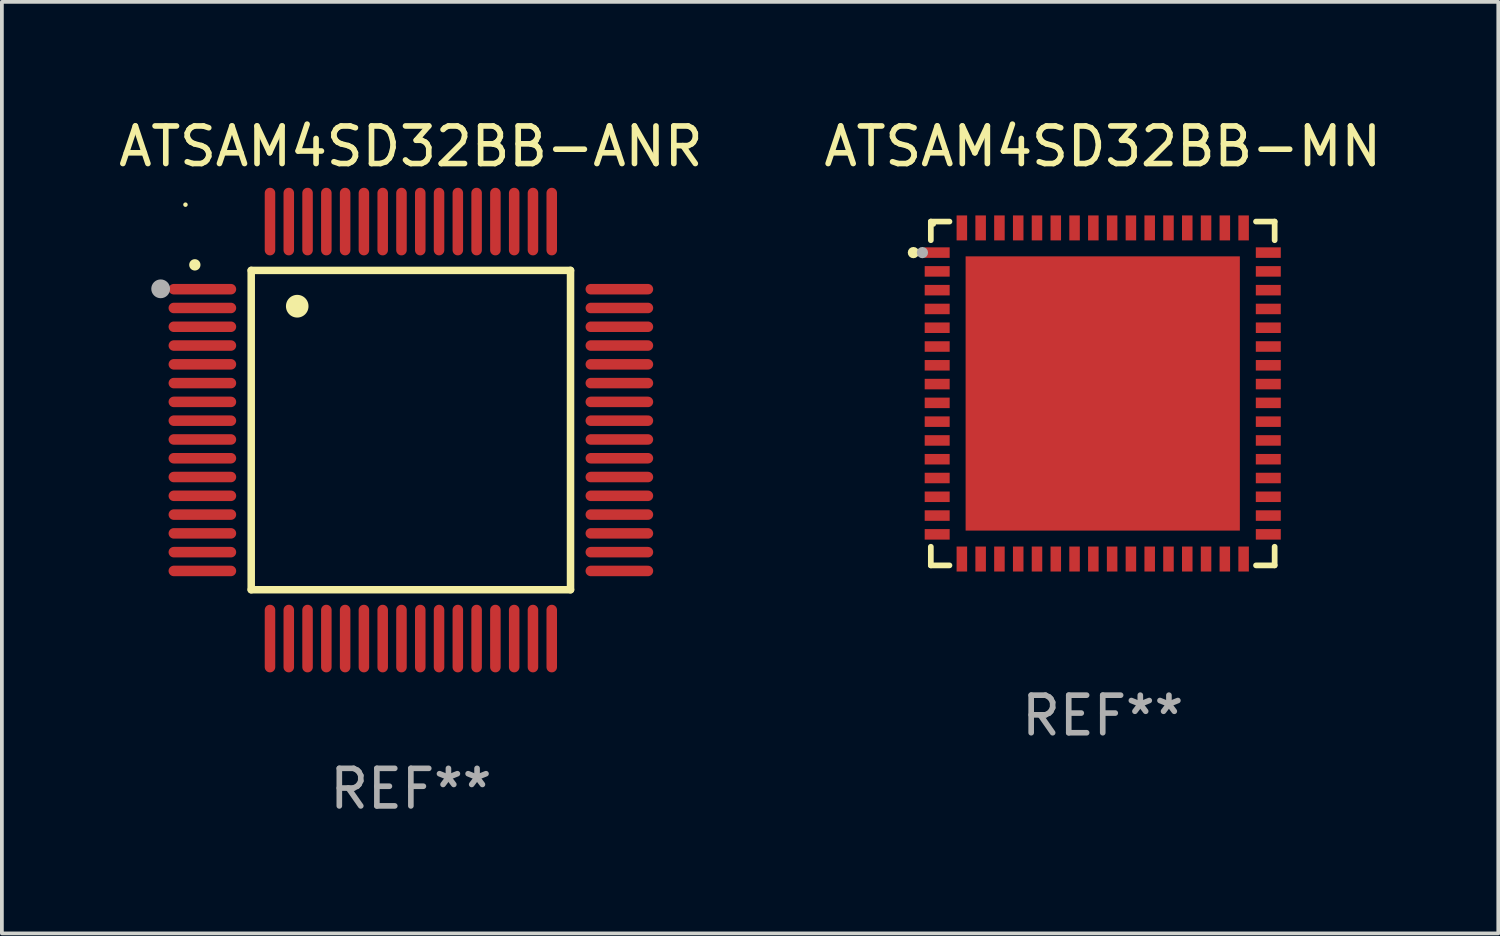
<source format=kicad_pcb>
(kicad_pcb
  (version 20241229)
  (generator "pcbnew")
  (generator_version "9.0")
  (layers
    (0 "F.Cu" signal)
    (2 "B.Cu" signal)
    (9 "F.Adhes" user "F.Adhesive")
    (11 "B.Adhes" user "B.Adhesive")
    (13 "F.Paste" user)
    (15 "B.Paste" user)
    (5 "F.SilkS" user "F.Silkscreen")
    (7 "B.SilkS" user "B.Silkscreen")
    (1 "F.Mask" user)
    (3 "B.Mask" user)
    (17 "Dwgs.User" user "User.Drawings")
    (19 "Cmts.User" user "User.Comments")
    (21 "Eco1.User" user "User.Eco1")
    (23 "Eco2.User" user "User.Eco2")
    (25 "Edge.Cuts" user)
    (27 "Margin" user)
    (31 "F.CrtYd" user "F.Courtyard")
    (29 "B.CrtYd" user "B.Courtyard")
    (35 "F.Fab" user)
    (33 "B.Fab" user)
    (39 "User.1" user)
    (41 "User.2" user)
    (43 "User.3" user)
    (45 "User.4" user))
  (footprint "ATSAM4SD32BB-ANR"
    (layer "F.Cu")
    (at 7.887 8.398)
    (property "Reference" "ATSAM4SD32BB-ANR" (at 0 -7.55 0) (layer "F.SilkS") (effects (font (size 1 1) (thickness 0.15))))
    (attr through_hole)
    (fp_line (start -4.25 -4.25) (end -4.25 4.25) (stroke (width 0.2) (type solid)) (layer "F.SilkS"))
    (fp_line (start -4.25 4.25) (end 4.25 4.25) (stroke (width 0.2) (type solid)) (layer "F.SilkS"))
    (fp_line (start 4.25 -4.25) (end -4.25 -4.25) (stroke (width 0.2) (type solid)) (layer "F.SilkS"))
    (fp_line (start 4.25 4.25) (end 4.25 -4.25) (stroke (width 0.2) (type solid)) (layer "F.SilkS"))
    (fp_arc (start -5.750572 -4.396749) (mid -5.750577 -4.398019) (end -5.750572 -4.399289) (stroke (width 0.3) (type solid)) (layer "F.SilkS"))
    (fp_arc (start -3.025146 -3.294387) (mid -3.025157 -3.296927) (end -3.025146 -3.299467) (stroke (width 0.6) (type solid)) (layer "F.SilkS"))
    (fp_circle (center -6 -6) (end -5.97 -6) (stroke (width 0.06) (type solid)) (fill no) (layer "F.SilkS"))
    (fp_circle (center -6.66 -3.76) (end -6.535 -3.76) (stroke (width 0.25) (type solid)) (fill no) (layer "F.Fab"))
    (fp_text user "REF**" (at 0 9.55 0) (layer "F.Fab") (effects (font (size 1 1) (thickness 0.15))))
    (pad "1" smd oval (at -5.55 -3.75) (size 1.8 0.28) (layers "F.Cu" "F.Mask" "F.Paste"))
    (pad "2" smd oval (at -5.55 -3.25) (size 1.8 0.28) (layers "F.Cu" "F.Mask" "F.Paste"))
    (pad "3" smd oval (at -5.55 -2.75) (size 1.8 0.28) (layers "F.Cu" "F.Mask" "F.Paste"))
    (pad "4" smd oval (at -5.55 -2.25) (size 1.8 0.28) (layers "F.Cu" "F.Mask" "F.Paste"))
    (pad "5" smd oval (at -5.55 -1.75) (size 1.8 0.28) (layers "F.Cu" "F.Mask" "F.Paste"))
    (pad "6" smd oval (at -5.55 -1.25) (size 1.8 0.28) (layers "F.Cu" "F.Mask" "F.Paste"))
    (pad "7" smd oval (at -5.55 -0.75) (size 1.8 0.28) (layers "F.Cu" "F.Mask" "F.Paste"))
    (pad "8" smd oval (at -5.55 -0.25) (size 1.8 0.28) (layers "F.Cu" "F.Mask" "F.Paste"))
    (pad "9" smd oval (at -5.55 0.25) (size 1.8 0.28) (layers "F.Cu" "F.Mask" "F.Paste"))
    (pad "10" smd oval (at -5.55 0.75) (size 1.8 0.28) (layers "F.Cu" "F.Mask" "F.Paste"))
    (pad "11" smd oval (at -5.55 1.25) (size 1.8 0.28) (layers "F.Cu" "F.Mask" "F.Paste"))
    (pad "12" smd oval (at -5.55 1.75) (size 1.8 0.28) (layers "F.Cu" "F.Mask" "F.Paste"))
    (pad "13" smd oval (at -5.55 2.25) (size 1.8 0.28) (layers "F.Cu" "F.Mask" "F.Paste"))
    (pad "14" smd oval (at -5.55 2.75) (size 1.8 0.28) (layers "F.Cu" "F.Mask" "F.Paste"))
    (pad "15" smd oval (at -5.55 3.25) (size 1.8 0.28) (layers "F.Cu" "F.Mask" "F.Paste"))
    (pad "16" smd oval (at -5.55 3.75) (size 1.8 0.28) (layers "F.Cu" "F.Mask" "F.Paste"))
    (pad "17" smd oval (at -3.75 5.55) (size 0.28 1.8) (layers "F.Cu" "F.Mask" "F.Paste"))
    (pad "18" smd oval (at -3.25 5.55) (size 0.28 1.8) (layers "F.Cu" "F.Mask" "F.Paste"))
    (pad "19" smd oval (at -2.75 5.55) (size 0.28 1.8) (layers "F.Cu" "F.Mask" "F.Paste"))
    (pad "20" smd oval (at -2.25 5.55) (size 0.28 1.8) (layers "F.Cu" "F.Mask" "F.Paste"))
    (pad "21" smd oval (at -1.75 5.55) (size 0.28 1.8) (layers "F.Cu" "F.Mask" "F.Paste"))
    (pad "22" smd oval (at -1.25 5.55) (size 0.28 1.8) (layers "F.Cu" "F.Mask" "F.Paste"))
    (pad "23" smd oval (at -0.75 5.55) (size 0.28 1.8) (layers "F.Cu" "F.Mask" "F.Paste"))
    (pad "24" smd oval (at -0.25 5.55) (size 0.28 1.8) (layers "F.Cu" "F.Mask" "F.Paste"))
    (pad "25" smd oval (at 0.25 5.55) (size 0.28 1.8) (layers "F.Cu" "F.Mask" "F.Paste"))
    (pad "26" smd oval (at 0.75 5.55) (size 0.28 1.8) (layers "F.Cu" "F.Mask" "F.Paste"))
    (pad "27" smd oval (at 1.25 5.55) (size 0.28 1.8) (layers "F.Cu" "F.Mask" "F.Paste"))
    (pad "28" smd oval (at 1.75 5.55) (size 0.28 1.8) (layers "F.Cu" "F.Mask" "F.Paste"))
    (pad "29" smd oval (at 2.25 5.55) (size 0.28 1.8) (layers "F.Cu" "F.Mask" "F.Paste"))
    (pad "30" smd oval (at 2.75 5.55) (size 0.28 1.8) (layers "F.Cu" "F.Mask" "F.Paste"))
    (pad "31" smd oval (at 3.25 5.55) (size 0.28 1.8) (layers "F.Cu" "F.Mask" "F.Paste"))
    (pad "32" smd oval (at 3.75 5.55) (size 0.28 1.8) (layers "F.Cu" "F.Mask" "F.Paste"))
    (pad "33" smd oval (at 5.55 3.75) (size 1.8 0.28) (layers "F.Cu" "F.Mask" "F.Paste"))
    (pad "34" smd oval (at 5.55 3.25) (size 1.8 0.28) (layers "F.Cu" "F.Mask" "F.Paste"))
    (pad "35" smd oval (at 5.55 2.75) (size 1.8 0.28) (layers "F.Cu" "F.Mask" "F.Paste"))
    (pad "36" smd oval (at 5.55 2.25) (size 1.8 0.28) (layers "F.Cu" "F.Mask" "F.Paste"))
    (pad "37" smd oval (at 5.55 1.75) (size 1.8 0.28) (layers "F.Cu" "F.Mask" "F.Paste"))
    (pad "38" smd oval (at 5.55 1.25) (size 1.8 0.28) (layers "F.Cu" "F.Mask" "F.Paste"))
    (pad "39" smd oval (at 5.55 0.75) (size 1.8 0.28) (layers "F.Cu" "F.Mask" "F.Paste"))
    (pad "40" smd oval (at 5.55 0.25) (size 1.8 0.28) (layers "F.Cu" "F.Mask" "F.Paste"))
    (pad "41" smd oval (at 5.55 -0.25) (size 1.8 0.28) (layers "F.Cu" "F.Mask" "F.Paste"))
    (pad "42" smd oval (at 5.55 -0.75) (size 1.8 0.28) (layers "F.Cu" "F.Mask" "F.Paste"))
    (pad "43" smd oval (at 5.55 -1.25) (size 1.8 0.28) (layers "F.Cu" "F.Mask" "F.Paste"))
    (pad "44" smd oval (at 5.55 -1.75) (size 1.8 0.28) (layers "F.Cu" "F.Mask" "F.Paste"))
    (pad "45" smd oval (at 5.55 -2.25) (size 1.8 0.28) (layers "F.Cu" "F.Mask" "F.Paste"))
    (pad "46" smd oval (at 5.55 -2.75) (size 1.8 0.28) (layers "F.Cu" "F.Mask" "F.Paste"))
    (pad "47" smd oval (at 5.55 -3.25) (size 1.8 0.28) (layers "F.Cu" "F.Mask" "F.Paste"))
    (pad "48" smd oval (at 5.55 -3.75) (size 1.8 0.28) (layers "F.Cu" "F.Mask" "F.Paste"))
    (pad "49" smd oval (at 3.75 -5.55) (size 0.28 1.8) (layers "F.Cu" "F.Mask" "F.Paste"))
    (pad "50" smd oval (at 3.25 -5.55) (size 0.28 1.8) (layers "F.Cu" "F.Mask" "F.Paste"))
    (pad "51" smd oval (at 2.75 -5.55) (size 0.28 1.8) (layers "F.Cu" "F.Mask" "F.Paste"))
    (pad "52" smd oval (at 2.25 -5.55) (size 0.28 1.8) (layers "F.Cu" "F.Mask" "F.Paste"))
    (pad "53" smd oval (at 1.75 -5.55) (size 0.28 1.8) (layers "F.Cu" "F.Mask" "F.Paste"))
    (pad "54" smd oval (at 1.25 -5.55) (size 0.28 1.8) (layers "F.Cu" "F.Mask" "F.Paste"))
    (pad "55" smd oval (at 0.75 -5.55) (size 0.28 1.8) (layers "F.Cu" "F.Mask" "F.Paste"))
    (pad "56" smd oval (at 0.25 -5.55) (size 0.28 1.8) (layers "F.Cu" "F.Mask" "F.Paste"))
    (pad "57" smd oval (at -0.25 -5.55) (size 0.28 1.8) (layers "F.Cu" "F.Mask" "F.Paste"))
    (pad "58" smd oval (at -0.75 -5.55) (size 0.28 1.8) (layers "F.Cu" "F.Mask" "F.Paste"))
    (pad "59" smd oval (at -1.25 -5.55) (size 0.28 1.8) (layers "F.Cu" "F.Mask" "F.Paste"))
    (pad "60" smd oval (at -1.75 -5.55) (size 0.28 1.8) (layers "F.Cu" "F.Mask" "F.Paste"))
    (pad "61" smd oval (at -2.25 -5.55) (size 0.28 1.8) (layers "F.Cu" "F.Mask" "F.Paste"))
    (pad "62" smd oval (at -2.75 -5.55) (size 0.28 1.8) (layers "F.Cu" "F.Mask" "F.Paste"))
    (pad "63" smd oval (at -3.25 -5.55) (size 0.28 1.8) (layers "F.Cu" "F.Mask" "F.Paste"))
    (pad "64" smd oval (at -3.75 -5.55) (size 0.28 1.8) (layers "F.Cu" "F.Mask" "F.Paste")))
  (footprint "ATSAM4SD32BB-MN"
    (layer "F.Cu")
    (at 26.304 7.424)
    (property "Reference" "ATSAM4SD32BB-MN" (at 0 -6.576 0) (layer "F.SilkS") (effects (font (size 1 1) (thickness 0.15))))
    (attr through_hole)
    (fp_line (start -4.576 -4.576) (end -4.576 -4.08) (stroke (width 0.152) (type solid)) (layer "F.SilkS"))
    (fp_line (start -4.576 4.576) (end -4.576 4.08) (stroke (width 0.152) (type solid)) (layer "F.SilkS"))
    (fp_line (start -4.08 -4.576) (end -4.576 -4.576) (stroke (width 0.152) (type solid)) (layer "F.SilkS"))
    (fp_line (start -4.08 4.576) (end -4.576 4.576) (stroke (width 0.152) (type solid)) (layer "F.SilkS"))
    (fp_line (start 4.08 -4.576) (end 4.576 -4.576) (stroke (width 0.152) (type solid)) (layer "F.SilkS"))
    (fp_line (start 4.08 4.576) (end 4.576 4.576) (stroke (width 0.152) (type solid)) (layer "F.SilkS"))
    (fp_line (start 4.576 -4.576) (end 4.576 -4.08) (stroke (width 0.152) (type solid)) (layer "F.SilkS"))
    (fp_line (start 4.576 4.576) (end 4.576 4.08) (stroke (width 0.152) (type solid)) (layer "F.SilkS"))
    (fp_circle (center -5.04 -3.75) (end -4.965 -3.75) (stroke (width 0.15) (type solid)) (fill no) (layer "F.SilkS"))
    (fp_circle (center -4.5 -4.5) (end -4.47 -4.5) (stroke (width 0.06) (type solid)) (fill no) (layer "F.SilkS"))
    (fp_circle (center -4.8 -3.75) (end -4.725 -3.75) (stroke (width 0.15) (type solid)) (fill no) (layer "F.Fab"))
    (fp_text user "REF**" (at 0 8.576 0) (layer "F.Fab") (effects (font (size 1 1) (thickness 0.15))))
    (pad "1" smd rect (at -4.407 -3.75) (size 0.665 0.28) (layers "F.Cu" "F.Mask" "F.Paste"))
    (pad "2" smd rect (at -4.407 -3.25) (size 0.665 0.28) (layers "F.Cu" "F.Mask" "F.Paste"))
    (pad "3" smd rect (at -4.407 -2.75) (size 0.665 0.28) (layers "F.Cu" "F.Mask" "F.Paste"))
    (pad "4" smd rect (at -4.407 -2.25) (size 0.665 0.28) (layers "F.Cu" "F.Mask" "F.Paste"))
    (pad "5" smd rect (at -4.407 -1.75) (size 0.665 0.28) (layers "F.Cu" "F.Mask" "F.Paste"))
    (pad "6" smd rect (at -4.407 -1.25) (size 0.665 0.28) (layers "F.Cu" "F.Mask" "F.Paste"))
    (pad "7" smd rect (at -4.407 -0.75) (size 0.665 0.28) (layers "F.Cu" "F.Mask" "F.Paste"))
    (pad "8" smd rect (at -4.407 -0.25) (size 0.665 0.28) (layers "F.Cu" "F.Mask" "F.Paste"))
    (pad "9" smd rect (at -4.407 0.25) (size 0.665 0.28) (layers "F.Cu" "F.Mask" "F.Paste"))
    (pad "10" smd rect (at -4.407 0.75) (size 0.665 0.28) (layers "F.Cu" "F.Mask" "F.Paste"))
    (pad "11" smd rect (at -4.407 1.25) (size 0.665 0.28) (layers "F.Cu" "F.Mask" "F.Paste"))
    (pad "12" smd rect (at -4.407 1.75) (size 0.665 0.28) (layers "F.Cu" "F.Mask" "F.Paste"))
    (pad "13" smd rect (at -4.407 2.25) (size 0.665 0.28) (layers "F.Cu" "F.Mask" "F.Paste"))
    (pad "14" smd rect (at -4.407 2.75) (size 0.665 0.28) (layers "F.Cu" "F.Mask" "F.Paste"))
    (pad "15" smd rect (at -4.407 3.25) (size 0.665 0.28) (layers "F.Cu" "F.Mask" "F.Paste"))
    (pad "16" smd rect (at -4.407 3.75) (size 0.665 0.28) (layers "F.Cu" "F.Mask" "F.Paste"))
    (pad "17" smd rect (at -3.75 4.407) (size 0.28 0.665) (layers "F.Cu" "F.Mask" "F.Paste"))
    (pad "18" smd rect (at -3.25 4.407) (size 0.28 0.665) (layers "F.Cu" "F.Mask" "F.Paste"))
    (pad "19" smd rect (at -2.75 4.407) (size 0.28 0.665) (layers "F.Cu" "F.Mask" "F.Paste"))
    (pad "20" smd rect (at -2.25 4.407) (size 0.28 0.665) (layers "F.Cu" "F.Mask" "F.Paste"))
    (pad "21" smd rect (at -1.75 4.407) (size 0.28 0.665) (layers "F.Cu" "F.Mask" "F.Paste"))
    (pad "22" smd rect (at -1.25 4.407) (size 0.28 0.665) (layers "F.Cu" "F.Mask" "F.Paste"))
    (pad "23" smd rect (at -0.75 4.407) (size 0.28 0.665) (layers "F.Cu" "F.Mask" "F.Paste"))
    (pad "24" smd rect (at -0.25 4.407) (size 0.28 0.665) (layers "F.Cu" "F.Mask" "F.Paste"))
    (pad "25" smd rect (at 0.25 4.407) (size 0.28 0.665) (layers "F.Cu" "F.Mask" "F.Paste"))
    (pad "26" smd rect (at 0.75 4.407) (size 0.28 0.665) (layers "F.Cu" "F.Mask" "F.Paste"))
    (pad "27" smd rect (at 1.25 4.407) (size 0.28 0.665) (layers "F.Cu" "F.Mask" "F.Paste"))
    (pad "28" smd rect (at 1.75 4.407) (size 0.28 0.665) (layers "F.Cu" "F.Mask" "F.Paste"))
    (pad "29" smd rect (at 2.25 4.407) (size 0.28 0.665) (layers "F.Cu" "F.Mask" "F.Paste"))
    (pad "30" smd rect (at 2.75 4.407) (size 0.28 0.665) (layers "F.Cu" "F.Mask" "F.Paste"))
    (pad "31" smd rect (at 3.25 4.407) (size 0.28 0.665) (layers "F.Cu" "F.Mask" "F.Paste"))
    (pad "32" smd rect (at 3.75 4.407) (size 0.28 0.665) (layers "F.Cu" "F.Mask" "F.Paste"))
    (pad "33" smd rect (at 4.407 3.75) (size 0.665 0.28) (layers "F.Cu" "F.Mask" "F.Paste"))
    (pad "34" smd rect (at 4.407 3.25) (size 0.665 0.28) (layers "F.Cu" "F.Mask" "F.Paste"))
    (pad "35" smd rect (at 4.407 2.75) (size 0.665 0.28) (layers "F.Cu" "F.Mask" "F.Paste"))
    (pad "36" smd rect (at 4.407 2.25) (size 0.665 0.28) (layers "F.Cu" "F.Mask" "F.Paste"))
    (pad "37" smd rect (at 4.407 1.75) (size 0.665 0.28) (layers "F.Cu" "F.Mask" "F.Paste"))
    (pad "38" smd rect (at 4.407 1.25) (size 0.665 0.28) (layers "F.Cu" "F.Mask" "F.Paste"))
    (pad "39" smd rect (at 4.407 0.75) (size 0.665 0.28) (layers "F.Cu" "F.Mask" "F.Paste"))
    (pad "40" smd rect (at 4.407 0.25) (size 0.665 0.28) (layers "F.Cu" "F.Mask" "F.Paste"))
    (pad "41" smd rect (at 4.407 -0.25) (size 0.665 0.28) (layers "F.Cu" "F.Mask" "F.Paste"))
    (pad "42" smd rect (at 4.407 -0.75) (size 0.665 0.28) (layers "F.Cu" "F.Mask" "F.Paste"))
    (pad "43" smd rect (at 4.407 -1.25) (size 0.665 0.28) (layers "F.Cu" "F.Mask" "F.Paste"))
    (pad "44" smd rect (at 4.407 -1.75) (size 0.665 0.28) (layers "F.Cu" "F.Mask" "F.Paste"))
    (pad "45" smd rect (at 4.407 -2.25) (size 0.665 0.28) (layers "F.Cu" "F.Mask" "F.Paste"))
    (pad "46" smd rect (at 4.407 -2.75) (size 0.665 0.28) (layers "F.Cu" "F.Mask" "F.Paste"))
    (pad "47" smd rect (at 4.407 -3.25) (size 0.665 0.28) (layers "F.Cu" "F.Mask" "F.Paste"))
    (pad "48" smd rect (at 4.407 -3.75) (size 0.665 0.28) (layers "F.Cu" "F.Mask" "F.Paste"))
    (pad "49" smd rect (at 3.75 -4.407) (size 0.28 0.665) (layers "F.Cu" "F.Mask" "F.Paste"))
    (pad "50" smd rect (at 3.25 -4.407) (size 0.28 0.665) (layers "F.Cu" "F.Mask" "F.Paste"))
    (pad "51" smd rect (at 2.75 -4.407) (size 0.28 0.665) (layers "F.Cu" "F.Mask" "F.Paste"))
    (pad "52" smd rect (at 2.25 -4.407) (size 0.28 0.665) (layers "F.Cu" "F.Mask" "F.Paste"))
    (pad "53" smd rect (at 1.75 -4.407) (size 0.28 0.665) (layers "F.Cu" "F.Mask" "F.Paste"))
    (pad "54" smd rect (at 1.25 -4.407) (size 0.28 0.665) (layers "F.Cu" "F.Mask" "F.Paste"))
    (pad "55" smd rect (at 0.75 -4.407) (size 0.28 0.665) (layers "F.Cu" "F.Mask" "F.Paste"))
    (pad "56" smd rect (at 0.25 -4.407) (size 0.28 0.665) (layers "F.Cu" "F.Mask" "F.Paste"))
    (pad "57" smd rect (at -0.25 -4.407) (size 0.28 0.665) (layers "F.Cu" "F.Mask" "F.Paste"))
    (pad "58" smd rect (at -0.75 -4.407) (size 0.28 0.665) (layers "F.Cu" "F.Mask" "F.Paste"))
    (pad "59" smd rect (at -1.25 -4.407) (size 0.28 0.665) (layers "F.Cu" "F.Mask" "F.Paste"))
    (pad "60" smd rect (at -1.75 -4.407) (size 0.28 0.665) (layers "F.Cu" "F.Mask" "F.Paste"))
    (pad "61" smd rect (at -2.25 -4.407) (size 0.28 0.665) (layers "F.Cu" "F.Mask" "F.Paste"))
    (pad "62" smd rect (at -2.75 -4.407) (size 0.28 0.665) (layers "F.Cu" "F.Mask" "F.Paste"))
    (pad "63" smd rect (at -3.25 -4.407) (size 0.28 0.665) (layers "F.Cu" "F.Mask" "F.Paste"))
    (pad "64" smd rect (at -3.75 -4.407) (size 0.28 0.665) (layers "F.Cu" "F.Mask" "F.Paste"))
    (pad "65" smd rect (at 0 0) (size 7.3 7.3) (layers "F.Cu" "F.Mask" "F.Paste")))
  (gr_rect
    (start -3 -3)
    (end 36.833 21.796)
    (stroke (width 0.1) (type default))
    (fill no)
    (layer "Edge.Cuts")))
</source>
